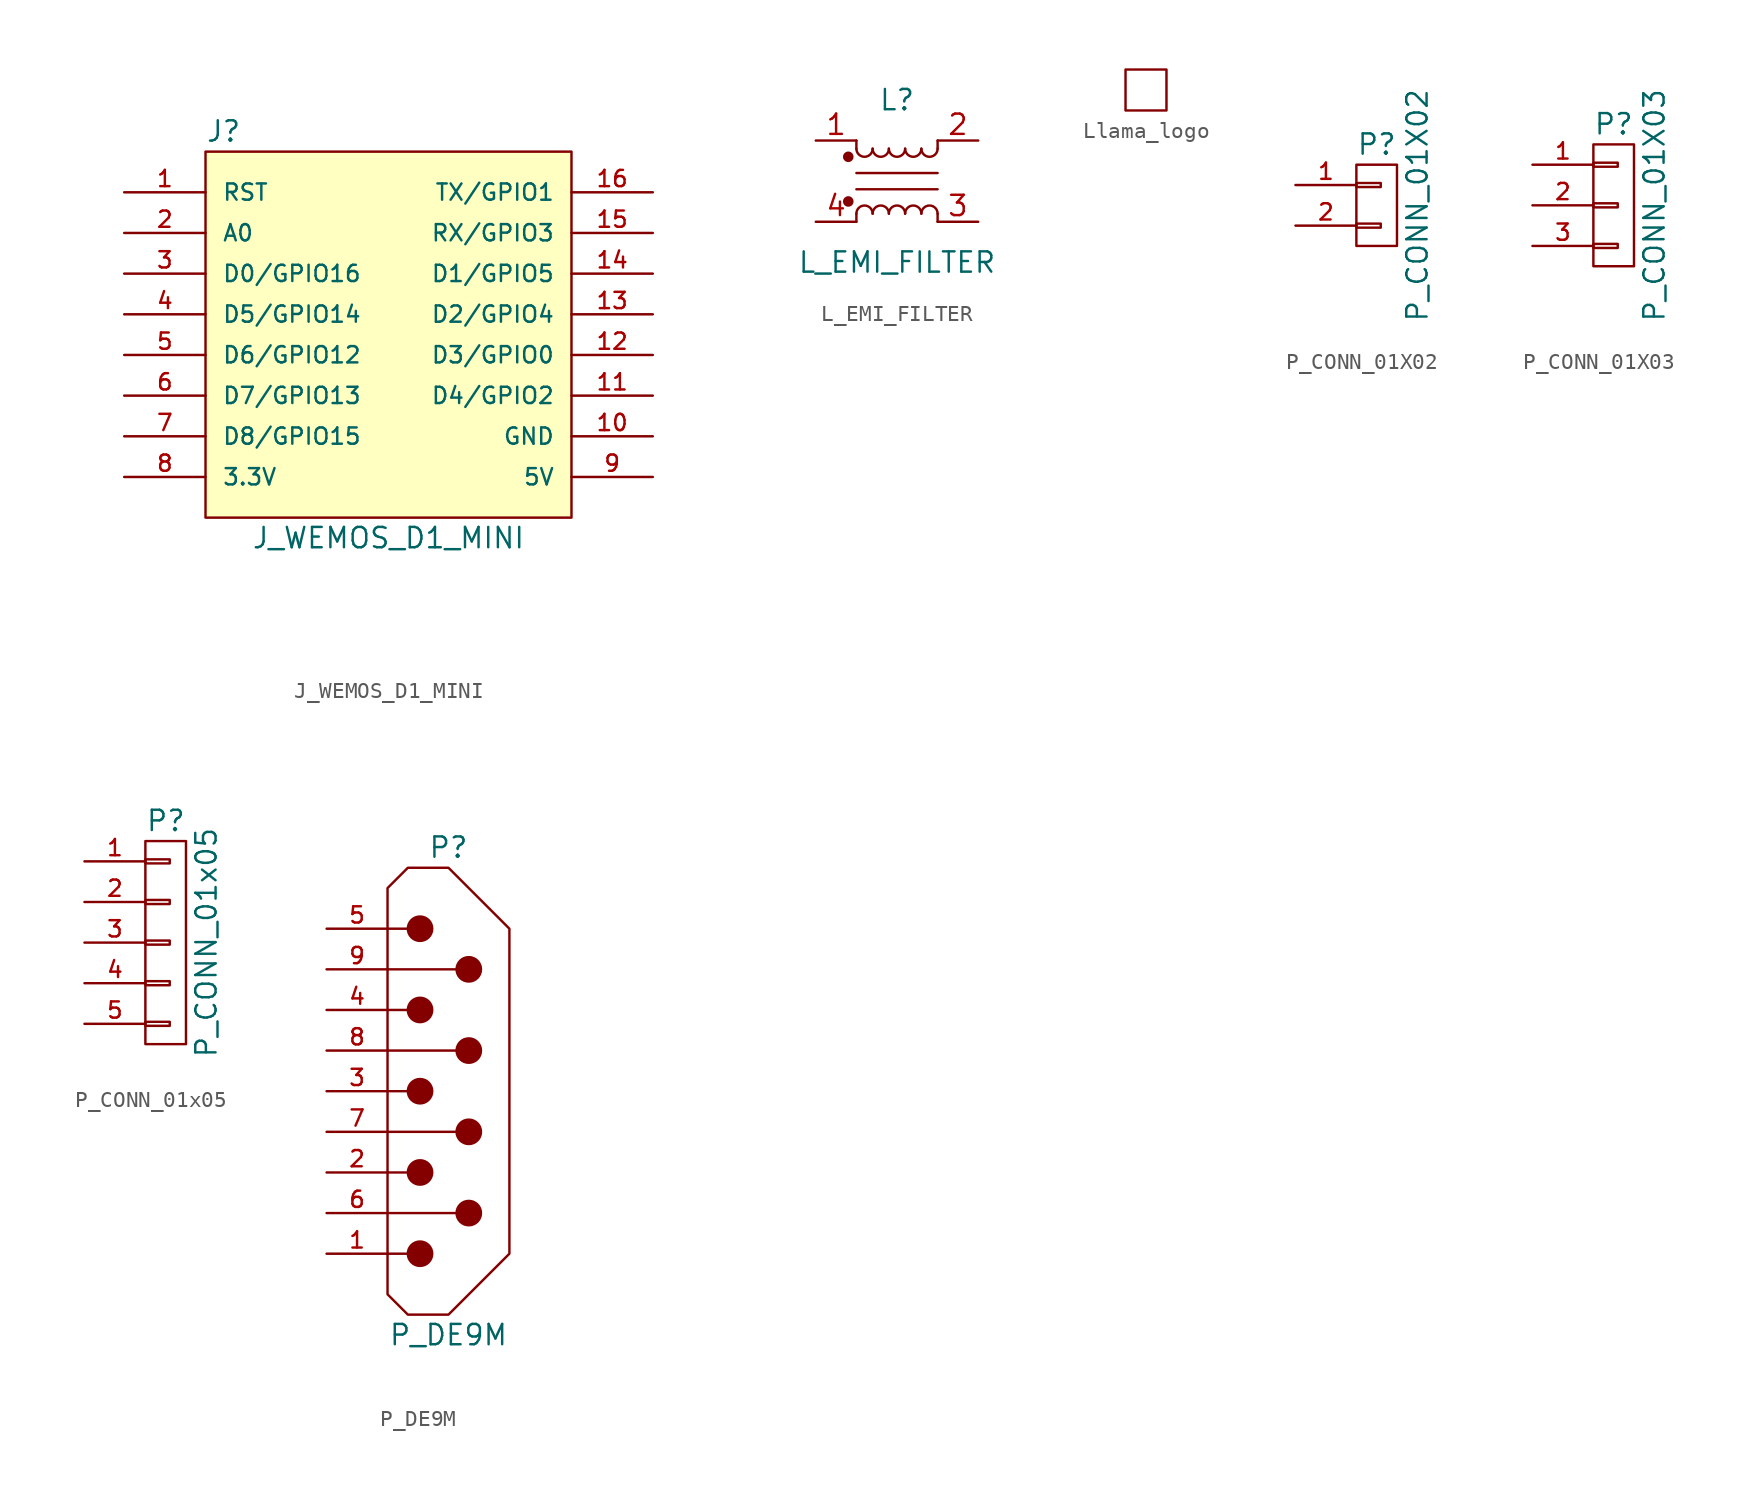
<source format=kicad_sym>
(kicad_symbol_lib
  (version 20220914)
  (generator kicad_symbol_editor)
  (symbol "J_WEMOS_D1_MINI"
    (pin_names
      (offset 1.016))
    (property "Reference" "J"
      (at -11.43 12.7 0)
      (effects (font (size 1.27 1.27)) (justify left)))
    (property "Value" "J_WEMOS_D1_MINI"
      (at 0 -12.7 0)
      (effects (font (size 1.27 1.27))))
    (property "Footprint" ""
      (at 13.97 -17.78 0)
      (effects (font (size 1.524 1.524))))
    (property "Datasheet" ""
      (at 13.97 -17.78 0)
      (effects (font (size 1.524 1.524))))
    (symbol "J_WEMOS_D1_MINI_0_1"
      (rectangle (start -11.43 11.43) (end 11.43 -11.43) (stroke (width 0) (type default)) (fill (type background))))
    (symbol "J_WEMOS_D1_MINI_1_1"
      (pin bidirectional line (at -16.51 8.89 0) (length 5.08) (name "RST" (effects (font (size 1.016 1.016)))) (number "1" (effects (font (size 1.016 1.016)))))
      (pin power_in line (at 16.51 -6.35 180) (length 5.08) (name "GND" (effects (font (size 1.016 1.016)))) (number "10" (effects (font (size 1.016 1.016)))))
      (pin bidirectional line (at 16.51 -3.81 180) (length 5.08) (name "D4/GPIO2" (effects (font (size 1.016 1.016)))) (number "11" (effects (font (size 1.016 1.016)))))
      (pin bidirectional line (at 16.51 -1.27 180) (length 5.08) (name "D3/GPIO0" (effects (font (size 1.016 1.016)))) (number "12" (effects (font (size 1.016 1.016)))))
      (pin bidirectional line (at 16.51 1.27 180) (length 5.08) (name "D2/GPIO4" (effects (font (size 1.016 1.016)))) (number "13" (effects (font (size 1.016 1.016)))))
      (pin bidirectional line (at 16.51 3.81 180) (length 5.08) (name "D1/GPIO5" (effects (font (size 1.016 1.016)))) (number "14" (effects (font (size 1.016 1.016)))))
      (pin bidirectional line (at 16.51 6.35 180) (length 5.08) (name "RX/GPIO3" (effects (font (size 1.016 1.016)))) (number "15" (effects (font (size 1.016 1.016)))))
      (pin bidirectional line (at 16.51 8.89 180) (length 5.08) (name "TX/GPIO1" (effects (font (size 1.016 1.016)))) (number "16" (effects (font (size 1.016 1.016)))))
      (pin bidirectional line (at -16.51 6.35 0) (length 5.08) (name "A0" (effects (font (size 1.016 1.016)))) (number "2" (effects (font (size 1.016 1.016)))))
      (pin bidirectional line (at -16.51 3.81 0) (length 5.08) (name "D0/GPIO16" (effects (font (size 1.016 1.016)))) (number "3" (effects (font (size 1.016 1.016)))))
      (pin bidirectional line (at -16.51 1.27 0) (length 5.08) (name "D5/GPIO14" (effects (font (size 1.016 1.016)))) (number "4" (effects (font (size 1.016 1.016)))))
      (pin bidirectional line (at -16.51 -1.27 0) (length 5.08) (name "D6/GPIO12" (effects (font (size 1.016 1.016)))) (number "5" (effects (font (size 1.016 1.016)))))
      (pin bidirectional line (at -16.51 -3.81 0) (length 5.08) (name "D7/GPIO13" (effects (font (size 1.016 1.016)))) (number "6" (effects (font (size 1.016 1.016)))))
      (pin bidirectional line (at -16.51 -6.35 0) (length 5.08) (name "D8/GPIO15" (effects (font (size 1.016 1.016)))) (number "7" (effects (font (size 1.016 1.016)))))
      (pin power_out line (at -16.51 -8.89 0) (length 5.08) (name "3.3V" (effects (font (size 1.016 1.016)))) (number "8" (effects (font (size 1.016 1.016)))))
      (pin power_in line (at 16.51 -8.89 180) (length 5.08) (name "5V" (effects (font (size 1.016 1.016)))) (number "9" (effects (font (size 1.016 1.016)))))))
  (symbol "L_EMI_FILTER"
    (pin_names
      (offset 1.016))
    (property "Reference" "L"
      (at 0 5.08 0)
      (effects (font (size 1.27 1.27))))
    (property "Value" "L_EMI_FILTER"
      (at 0 -5.08 0)
      (effects (font (size 1.27 1.27))))
    (symbol "L_EMI_FILTER_1_1"
      (circle (center -3.048 -1.27) (radius 0.254) (stroke (width 0) (type default)) (fill (type outline)))
      (circle (center -3.048 1.524) (radius 0.254) (stroke (width 0) (type default)) (fill (type outline)))
      (arc (start -2.54 2.032) (mid -2.032 1.5262) (end -1.524 2.032) (stroke (width 0) (type default)) (fill (type none)))
      (arc (start -1.524 -2.032) (mid -2.032 -1.5262) (end -2.54 -2.032) (stroke (width 0) (type default)) (fill (type none)))
      (arc (start -1.524 2.032) (mid -1.016 1.5262) (end -0.508 2.032) (stroke (width 0) (type default)) (fill (type none)))
      (arc (start -0.508 -2.032) (mid -1.016 -1.5262) (end -1.524 -2.032) (stroke (width 0) (type default)) (fill (type none)))
      (arc (start -0.508 2.032) (mid 0 1.5262) (end 0.508 2.032) (stroke (width 0) (type default)) (fill (type none)))
      (polyline (pts (xy -2.54 -2.032) (xy -2.54 -2.54)) (stroke (width 0) (type default)) (fill (type none)))
      (polyline (pts (xy -2.54 0.508) (xy 2.54 0.508)) (stroke (width 0) (type default)) (fill (type none)))
      (polyline (pts (xy -2.54 2.032) (xy -2.54 2.54)) (stroke (width 0) (type default)) (fill (type none)))
      (polyline (pts (xy 2.54 -2.032) (xy 2.54 -2.54)) (stroke (width 0) (type default)) (fill (type none)))
      (polyline (pts (xy 2.54 -0.508) (xy -2.54 -0.508)) (stroke (width 0) (type default)) (fill (type none)))
      (polyline (pts (xy 2.54 2.54) (xy 2.54 2.032)) (stroke (width 0) (type default)) (fill (type none)))
      (arc (start 0.508 -2.032) (mid 0 -1.5262) (end -0.508 -2.032) (stroke (width 0) (type default)) (fill (type none)))
      (arc (start 0.508 2.032) (mid 1.016 1.5262) (end 1.524 2.032) (stroke (width 0) (type default)) (fill (type none)))
      (arc (start 1.524 -2.032) (mid 1.016 -1.5262) (end 0.508 -2.032) (stroke (width 0) (type default)) (fill (type none)))
      (arc (start 1.524 2.032) (mid 2.032 1.5262) (end 2.54 2.032) (stroke (width 0) (type default)) (fill (type none)))
      (arc (start 2.54 -2.032) (mid 2.032 -1.5262) (end 1.524 -2.032) (stroke (width 0) (type default)) (fill (type none)))
      (pin passive line (at -5.08 2.54 0) (length 2.54) (name "~" (effects (font (size 1.27 1.27)))) (number "1" (effects (font (size 1.27 1.27)))))
      (pin passive line (at 5.08 2.54 180) (length 2.54) (name "~" (effects (font (size 1.27 1.27)))) (number "2" (effects (font (size 1.27 1.27)))))
      (pin passive line (at 5.08 -2.54 180) (length 2.54) (name "~" (effects (font (size 1.27 1.27)))) (number "3" (effects (font (size 1.27 1.27)))))
      (pin passive line (at -5.08 -2.54 0) (length 2.54) (name "~" (effects (font (size 1.27 1.27)))) (number "4" (effects (font (size 1.27 1.27)))))))
  (symbol "Llama_logo"
    (pin_names
      (offset 1.016))
    (property "Reference" "#LOGO"
      (at 0 6.985 0)
      (effects (font (size 1.27 1.27)) hide))
    (symbol "Llama_logo_0_1"
      (rectangle (start -1.27 1.27) (end 1.27 -1.27) (stroke (width 0.152) (type default)) (fill (type none)))))
  (symbol "P_CONN_01X02"
    (pin_names
      (offset 1.016))
    (property "Reference" "P"
      (at 0 3.81 0)
      (effects (font (size 1.27 1.27))))
    (property "Value" "P_CONN_01X02"
      (at 2.54 0 90)
      (effects (font (size 1.27 1.27))))
    (symbol "P_CONN_01X02_1_1"
      (rectangle (start -1.27 -1.143) (end 0.254 -1.397) (stroke (width 0) (type default)) (fill (type none)))
      (rectangle (start -1.27 1.397) (end 0.254 1.143) (stroke (width 0) (type default)) (fill (type none)))
      (rectangle (start -1.27 2.54) (end 1.27 -2.54) (stroke (width 0) (type default)) (fill (type none)))
      (pin passive line (at -5.08 1.27 0) (length 3.81) (name "~" (effects (font (size 1.016 1.016)))) (number "1" (effects (font (size 1.016 1.016)))))
      (pin passive line (at -5.08 -1.27 0) (length 3.81) (name "~" (effects (font (size 1.016 1.016)))) (number "2" (effects (font (size 1.016 1.016)))))))
  (symbol "P_CONN_01X03"
    (pin_names
      (offset 1.016))
    (property "Reference" "P"
      (at 0 5.08 0)
      (effects (font (size 1.27 1.27))))
    (property "Value" "P_CONN_01X03"
      (at 2.54 0 90)
      (effects (font (size 1.27 1.27))))
    (symbol "P_CONN_01X03_0_1"
      (rectangle (start -1.27 3.81) (end 1.27 -3.81) (stroke (width 0.152) (type default)) (fill (type none))))
    (symbol "P_CONN_01X03_1_1"
      (rectangle (start -1.27 -2.413) (end 0.254 -2.667) (stroke (width 0) (type default)) (fill (type none)))
      (rectangle (start -1.27 0.127) (end 0.254 -0.127) (stroke (width 0) (type default)) (fill (type none)))
      (rectangle (start -1.27 2.667) (end 0.254 2.413) (stroke (width 0) (type default)) (fill (type none)))
      (pin passive line (at -5.08 2.54 0) (length 3.81) (name "~" (effects (font (size 1.016 1.016)))) (number "1" (effects (font (size 1.016 1.016)))))
      (pin passive line (at -5.08 0 0) (length 3.81) (name "~" (effects (font (size 1.016 1.016)))) (number "2" (effects (font (size 1.016 1.016)))))
      (pin passive line (at -5.08 -2.54 0) (length 3.81) (name "~" (effects (font (size 1.016 1.016)))) (number "3" (effects (font (size 1.016 1.016)))))))
  (symbol "P_CONN_01x05"
    (pin_names
      (offset 1.016))
    (property "Reference" "P"
      (at -1.27 7.62 0)
      (effects (font (size 1.27 1.27)) (justify left)))
    (property "Value" "P_CONN_01x05"
      (at 2.54 0 90)
      (effects (font (size 1.27 1.27))))
    (symbol "P_CONN_01x05_1_1"
      (rectangle (start -1.27 -4.953) (end 0.254 -5.207) (stroke (width 0) (type default)) (fill (type none)))
      (rectangle (start -1.27 -2.413) (end 0.254 -2.667) (stroke (width 0) (type default)) (fill (type none)))
      (rectangle (start -1.27 0.127) (end 0.254 -0.127) (stroke (width 0) (type default)) (fill (type none)))
      (rectangle (start -1.27 2.667) (end 0.254 2.413) (stroke (width 0) (type default)) (fill (type none)))
      (rectangle (start -1.27 5.207) (end 0.254 4.953) (stroke (width 0) (type default)) (fill (type none)))
      (rectangle (start -1.27 6.35) (end 1.27 -6.35) (stroke (width 0) (type default)) (fill (type none)))
      (pin passive line (at -5.08 5.08 0) (length 3.81) (name "~" (effects (font (size 1.016 1.016)))) (number "1" (effects (font (size 1.016 1.016)))))
      (pin passive line (at -5.08 2.54 0) (length 3.81) (name "~" (effects (font (size 1.016 1.016)))) (number "2" (effects (font (size 1.016 1.016)))))
      (pin passive line (at -5.08 0 0) (length 3.81) (name "~" (effects (font (size 1.016 1.016)))) (number "3" (effects (font (size 1.016 1.016)))))
      (pin passive line (at -5.08 -2.54 0) (length 3.81) (name "~" (effects (font (size 1.016 1.016)))) (number "4" (effects (font (size 1.016 1.016)))))
      (pin passive line (at -5.08 -5.08 0) (length 3.81) (name "~" (effects (font (size 1.016 1.016)))) (number "5" (effects (font (size 1.016 1.016)))))))
  (symbol "P_DE9M"
    (pin_names
      (offset 0.025))
    (property "Reference" "P"
      (at 0 15.24 0)
      (effects (font (size 1.27 1.27))))
    (property "Value" "P_DE9M"
      (at 0 -15.24 0)
      (effects (font (size 1.27 1.27))))
    (symbol "P_DE9M_1_1"
      (circle (center -1.778 -10.16) (radius 0.762) (stroke (width 0) (type default)) (fill (type outline)))
      (circle (center -1.778 -5.08) (radius 0.762) (stroke (width 0) (type default)) (fill (type outline)))
      (circle (center -1.778 0) (radius 0.762) (stroke (width 0) (type default)) (fill (type outline)))
      (circle (center -1.778 5.08) (radius 0.762) (stroke (width 0) (type default)) (fill (type outline)))
      (circle (center -1.778 10.16) (radius 0.762) (stroke (width 0) (type default)) (fill (type outline)))
      (polyline (pts (xy -3.81 -10.16) (xy -2.54 -10.16)) (stroke (width 0) (type default)) (fill (type none)))
      (polyline (pts (xy -3.81 -7.62) (xy 0.508 -7.62)) (stroke (width 0) (type default)) (fill (type none)))
      (polyline (pts (xy -3.81 -5.08) (xy -2.54 -5.08)) (stroke (width 0) (type default)) (fill (type none)))
      (polyline (pts (xy -3.81 -2.54) (xy 0.508 -2.54)) (stroke (width 0) (type default)) (fill (type none)))
      (polyline (pts (xy -3.81 0) (xy -2.54 0)) (stroke (width 0) (type default)) (fill (type none)))
      (polyline (pts (xy -3.81 2.54) (xy 0.508 2.54)) (stroke (width 0) (type default)) (fill (type none)))
      (polyline (pts (xy -3.81 5.08) (xy -2.54 5.08)) (stroke (width 0) (type default)) (fill (type none)))
      (polyline (pts (xy -3.81 7.62) (xy 0.508 7.62)) (stroke (width 0) (type default)) (fill (type none)))
      (polyline (pts (xy -3.81 10.16) (xy -2.54 10.16)) (stroke (width 0) (type default)) (fill (type none)))
      (polyline (pts (xy -3.81 12.7) (xy -2.54 13.97) (xy 0 13.97) (xy 3.81 10.16) (xy 3.81 -10.16) (xy 0 -13.97) (xy -2.54 -13.97) (xy -3.81 -12.7) (xy -3.81 12.7)) (stroke (width 0.152) (type default)) (fill (type none)))
      (circle (center 1.27 -7.62) (radius 0.762) (stroke (width 0) (type default)) (fill (type outline)))
      (circle (center 1.27 -2.54) (radius 0.762) (stroke (width 0) (type default)) (fill (type outline)))
      (circle (center 1.27 2.54) (radius 0.762) (stroke (width 0) (type default)) (fill (type outline)))
      (circle (center 1.27 7.62) (radius 0.762) (stroke (width 0) (type default)) (fill (type outline)))
      (pin passive line (at -7.62 -10.16 0) (length 3.81) (name "~" (effects (font (size 1.016 1.016)))) (number "1" (effects (font (size 1.016 1.016)))))
      (pin power_in line (at 3.81 10.16 270) (length 0) hide (name "GND" (effects (font (size 1.016 1.016)))) (number "10" (effects (font (size 1.016 1.016)))))
      (pin power_in line (at 3.81 -10.16 90) (length 0) hide (name "GND" (effects (font (size 1.016 1.016)))) (number "11" (effects (font (size 1.016 1.016)))))
      (pin passive line (at -7.62 -5.08 0) (length 3.81) (name "~" (effects (font (size 1.016 1.016)))) (number "2" (effects (font (size 1.016 1.016)))))
      (pin passive line (at -7.62 0 0) (length 3.81) (name "~" (effects (font (size 1.016 1.016)))) (number "3" (effects (font (size 1.016 1.016)))))
      (pin passive line (at -7.62 5.08 0) (length 3.81) (name "~" (effects (font (size 1.016 1.016)))) (number "4" (effects (font (size 1.016 1.016)))))
      (pin passive line (at -7.62 10.16 0) (length 3.81) (name "~" (effects (font (size 1.016 1.016)))) (number "5" (effects (font (size 1.016 1.016)))))
      (pin passive line (at -7.62 -7.62 0) (length 3.81) (name "~" (effects (font (size 1.016 1.016)))) (number "6" (effects (font (size 1.016 1.016)))))
      (pin passive line (at -7.62 -2.54 0) (length 3.81) (name "~" (effects (font (size 1.016 1.016)))) (number "7" (effects (font (size 1.016 1.016)))))
      (pin passive line (at -7.62 2.54 0) (length 3.81) (name "~" (effects (font (size 1.016 1.016)))) (number "8" (effects (font (size 1.016 1.016)))))
      (pin passive line (at -7.62 7.62 0) (length 3.81) (name "~" (effects (font (size 1.016 1.016)))) (number "9" (effects (font (size 1.016 1.016))))))))
</source>
